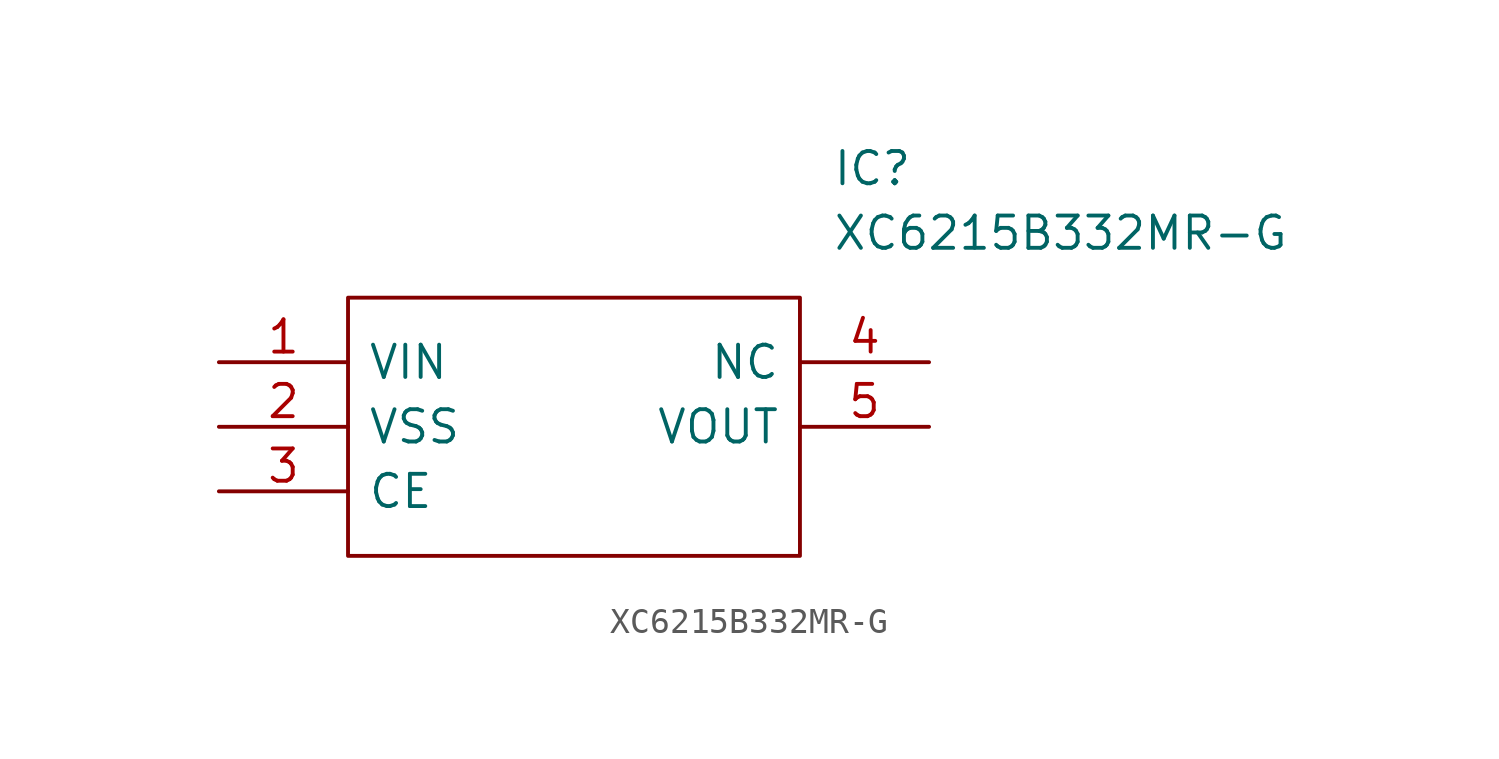
<source format=kicad_sym>
(kicad_symbol_lib
  (version 20211014)
  (generator kicad_symbol_editor)
  (symbol "XC6215B332MR-G"
    (pin_names
      (offset 0.762))
    (property "Reference" "IC"
      (at 24.13 7.62 0)
      (effects (font (size 1.270 1.270)) (justify left)))
    (property "Value" "XC6215B332MR-G"
      (at 24.13 5.08 0)
      (effects (font (size 1.270 1.270)) (justify left)))
    (symbol "XC6215B332MR-G_0_0"
      (polyline (pts (xy 5.080 2.540) (xy 22.860 2.540) (xy 22.860 -7.620) (xy 5.080 -7.620) (xy 5.080 2.540)) (stroke (width 0.152) (type default)) (fill (type none)))
      (pin passive line (at 0.000 0.000 0) (length 5.080) (name "VIN" (effects (font (size 1.270 1.270)))) (number "1" (effects (font (size 1.270 1.270)))))
      (pin passive line (at 0.000 -2.540 0) (length 5.080) (name "VSS" (effects (font (size 1.270 1.270)))) (number "2" (effects (font (size 1.270 1.270)))))
      (pin passive line (at 0.000 -5.080 0) (length 5.080) (name "CE" (effects (font (size 1.270 1.270)))) (number "3" (effects (font (size 1.270 1.270)))))
      (pin free line (at 27.940 0.000 180) (length 5.080) (name "NC" (effects (font (size 1.270 1.270)))) (number "4" (effects (font (size 1.270 1.270)))))
      (pin passive line (at 27.940 -2.540 180) (length 5.080) (name "VOUT" (effects (font (size 1.270 1.270)))) (number "5" (effects (font (size 1.270 1.270))))))))
</source>
